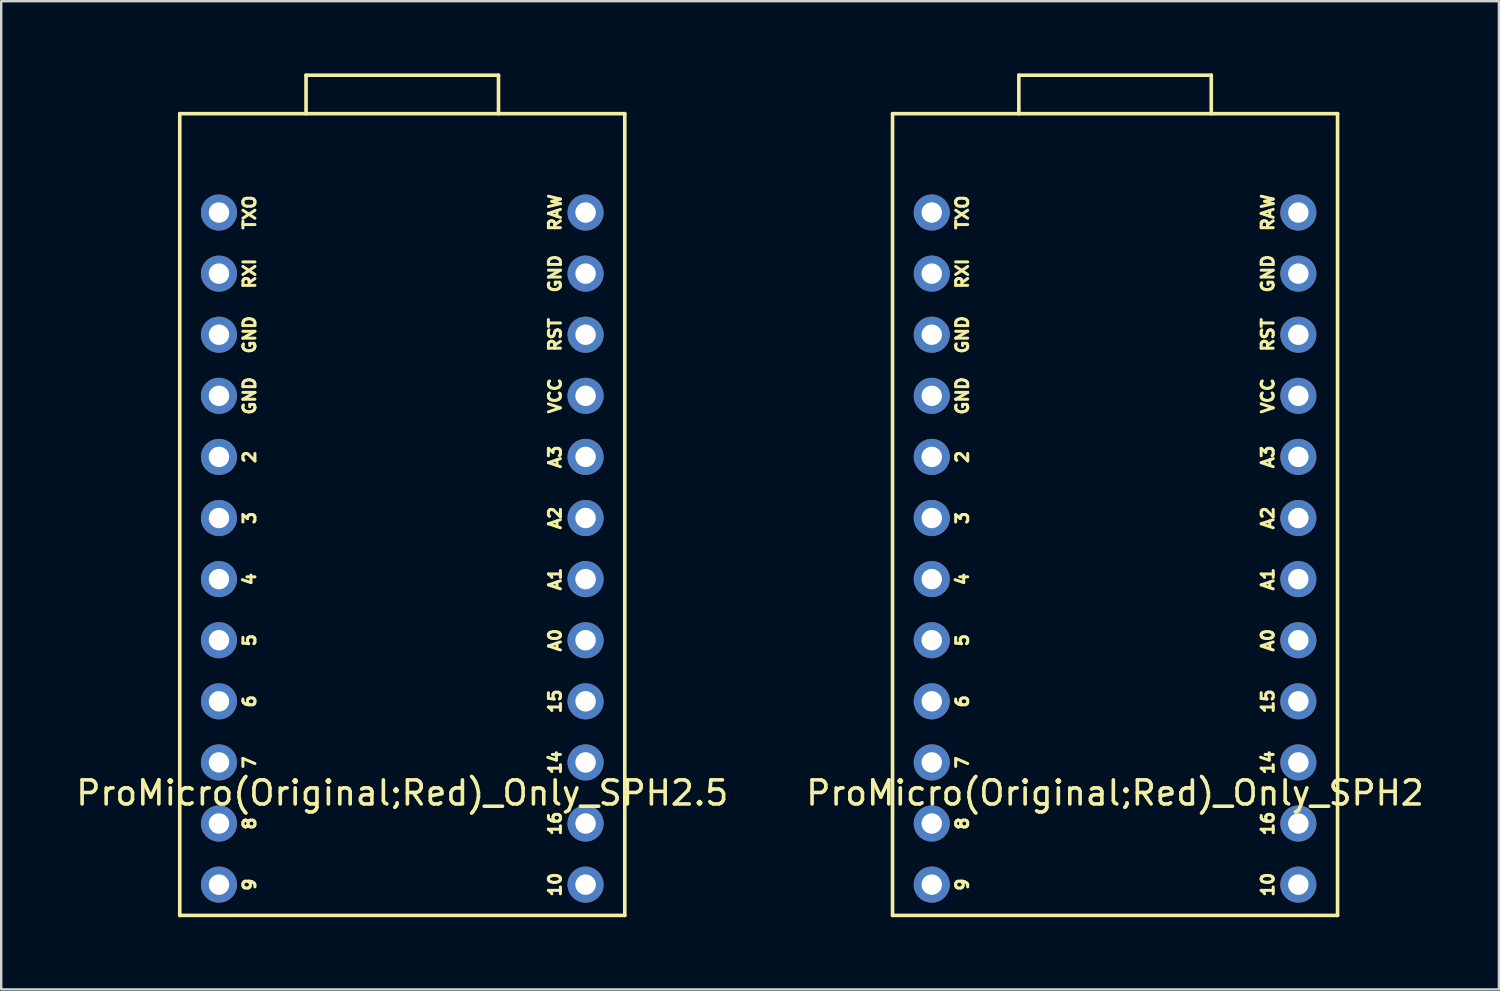
<source format=kicad_pcb>
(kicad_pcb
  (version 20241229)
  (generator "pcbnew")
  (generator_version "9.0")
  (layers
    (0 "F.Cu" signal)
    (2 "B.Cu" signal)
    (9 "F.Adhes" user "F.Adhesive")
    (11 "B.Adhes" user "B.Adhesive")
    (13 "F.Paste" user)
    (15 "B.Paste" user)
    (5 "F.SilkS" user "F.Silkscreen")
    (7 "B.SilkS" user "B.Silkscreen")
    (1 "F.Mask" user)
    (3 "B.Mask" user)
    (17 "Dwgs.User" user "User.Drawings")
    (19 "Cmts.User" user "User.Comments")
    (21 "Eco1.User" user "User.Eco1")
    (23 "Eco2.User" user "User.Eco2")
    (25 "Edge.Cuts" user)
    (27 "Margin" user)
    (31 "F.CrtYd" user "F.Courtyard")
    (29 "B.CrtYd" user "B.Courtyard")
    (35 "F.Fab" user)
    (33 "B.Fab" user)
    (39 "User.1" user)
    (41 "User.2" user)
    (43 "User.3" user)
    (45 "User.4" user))
  (footprint "ProMicro(Original;Red)_Only_SPH2"
    (layer "F.Cu")
    (at 35.684 5.785)
    (property "Reference" "ProMicro(Original;Red)_Only_SPH2" (at 7.62 24.13 0) (layer "F.SilkS") (effects (font (size 1 1) (thickness 0.15))))
    (attr through_hole)
    (fp_line (start -1.63 -4.11) (end -1.63 29.22) (stroke (width 0.15) (type solid)) (layer "F.SilkS"))
    (fp_line (start -1.63 29.22) (end 16.87 29.22) (stroke (width 0.15) (type solid)) (layer "F.SilkS"))
    (fp_line (start 3.62 -5.71) (end 11.62 -5.71) (stroke (width 0.15) (type solid)) (layer "F.SilkS"))
    (fp_line (start 3.62 -4.11) (end 3.62 -5.71) (stroke (width 0.15) (type solid)) (layer "F.SilkS"))
    (fp_line (start 11.62 -5.71) (end 11.62 -4.11) (stroke (width 0.15) (type solid)) (layer "F.SilkS"))
    (fp_line (start 16.87 -4.11) (end -1.63 -4.11) (stroke (width 0.15) (type solid)) (layer "F.SilkS"))
    (fp_line (start 16.87 29.22) (end 16.87 -4.11) (stroke (width 0.15) (type solid)) (layer "F.SilkS"))
    (fp_text user "2" (at 1.27 10.16 90) (layer "F.SilkS") (effects (font (size 0.5 0.5) (thickness 0.125))))
    (fp_text user "A3" (at 13.97 10.16 90) (layer "F.SilkS") (effects (font (size 0.5 0.5) (thickness 0.125))))
    (fp_text user "TXO" (at 1.27 0 90) (layer "F.SilkS") (effects (font (size 0.5 0.5) (thickness 0.125))))
    (fp_text user "9" (at 1.27 27.94 90) (layer "F.SilkS") (effects (font (size 0.5 0.5) (thickness 0.125))))
    (fp_text user "4" (at 1.27 15.24 90) (layer "F.SilkS") (effects (font (size 0.5 0.5) (thickness 0.125))))
    (fp_text user "A0" (at 13.97 17.78 90) (layer "F.SilkS") (effects (font (size 0.5 0.5) (thickness 0.125))))
    (fp_text user "VCC" (at 13.97 7.62 90) (layer "F.SilkS") (effects (font (size 0.5 0.5) (thickness 0.125))))
    (fp_text user "8" (at 1.27 25.4 90) (layer "F.SilkS") (effects (font (size 0.5 0.5) (thickness 0.125))))
    (fp_text user "14" (at 13.97 22.86 90) (layer "F.SilkS") (effects (font (size 0.5 0.5) (thickness 0.125))))
    (fp_text user "GND" (at 1.27 5.08 90) (layer "F.SilkS") (effects (font (size 0.5 0.5) (thickness 0.125))))
    (fp_text user "10" (at 13.97 27.94 90) (layer "F.SilkS") (effects (font (size 0.5 0.5) (thickness 0.125))))
    (fp_text user "A2" (at 13.97 12.7 90) (layer "F.SilkS") (effects (font (size 0.5 0.5) (thickness 0.125))))
    (fp_text user "6" (at 1.27 20.32 90) (layer "F.SilkS") (effects (font (size 0.5 0.5) (thickness 0.125))))
    (fp_text user "GND" (at 13.97 2.54 90) (layer "F.SilkS") (effects (font (size 0.5 0.5) (thickness 0.125))))
    (fp_text user "GND" (at 1.27 7.62 90) (layer "F.SilkS") (effects (font (size 0.5 0.5) (thickness 0.125))))
    (fp_text user "16" (at 13.97 25.4 90) (layer "F.SilkS") (effects (font (size 0.5 0.5) (thickness 0.125))))
    (fp_text user "15" (at 13.97 20.32 90) (layer "F.SilkS") (effects (font (size 0.5 0.5) (thickness 0.125))))
    (fp_text user "3" (at 1.27 12.7 90) (layer "F.SilkS") (effects (font (size 0.5 0.5) (thickness 0.125))))
    (fp_text user "A1" (at 13.97 15.24 90) (layer "F.SilkS") (effects (font (size 0.5 0.5) (thickness 0.125))))
    (fp_text user "RXI" (at 1.27 2.54 90) (layer "F.SilkS") (effects (font (size 0.5 0.5) (thickness 0.125))))
    (fp_text user "RAW" (at 13.97 0 90) (layer "F.SilkS") (effects (font (size 0.5 0.5) (thickness 0.125))))
    (fp_text user "5" (at 1.27 17.78 90) (layer "F.SilkS") (effects (font (size 0.5 0.5) (thickness 0.125))))
    (fp_text user "RST" (at 13.97 5.08 90) (layer "F.SilkS") (effects (font (size 0.5 0.5) (thickness 0.125))))
    (fp_text user "7" (at 1.27 22.86 90) (layer "F.SilkS") (effects (font (size 0.5 0.5) (thickness 0.125))))
    (pad "2" thru_hole circle (at 0 10.16) (size 1.5 1.5) (drill 0.85) (layers "*.Cu" "*.Mask"))
    (pad "3" thru_hole circle (at 0 12.7) (size 1.5 1.5) (drill 0.85) (layers "*.Cu" "*.Mask"))
    (pad "4" thru_hole circle (at 0 15.24) (size 1.5 1.5) (drill 0.85) (layers "*.Cu" "*.Mask"))
    (pad "5" thru_hole circle (at 0 17.78) (size 1.5 1.5) (drill 0.85) (layers "*.Cu" "*.Mask"))
    (pad "6" thru_hole circle (at 0 20.32) (size 1.5 1.5) (drill 0.85) (layers "*.Cu" "*.Mask"))
    (pad "7" thru_hole circle (at 0 22.86) (size 1.5 1.5) (drill 0.85) (layers "*.Cu" "*.Mask"))
    (pad "8" thru_hole circle (at 0 25.4) (size 1.5 1.5) (drill 0.85) (layers "*.Cu" "*.Mask"))
    (pad "9" thru_hole circle (at 0 27.94) (size 1.5 1.5) (drill 0.85) (layers "*.Cu" "*.Mask"))
    (pad "10" thru_hole circle (at 15.24 27.94) (size 1.5 1.5) (drill 0.85) (layers "*.Cu" "*.Mask"))
    (pad "14" thru_hole circle (at 15.24 22.86) (size 1.5 1.5) (drill 0.85) (layers "*.Cu" "*.Mask"))
    (pad "15" thru_hole circle (at 15.24 20.32) (size 1.5 1.5) (drill 0.85) (layers "*.Cu" "*.Mask"))
    (pad "16" thru_hole circle (at 15.24 25.4) (size 1.5 1.5) (drill 0.85) (layers "*.Cu" "*.Mask"))
    (pad "A0" thru_hole circle (at 15.24 17.78) (size 1.5 1.5) (drill 0.85) (layers "*.Cu" "*.Mask"))
    (pad "A1" thru_hole circle (at 15.24 15.24) (size 1.5 1.5) (drill 0.85) (layers "*.Cu" "*.Mask"))
    (pad "A2" thru_hole circle (at 15.24 12.7) (size 1.5 1.5) (drill 0.85) (layers "*.Cu" "*.Mask"))
    (pad "A3" thru_hole circle (at 15.24 10.16) (size 1.5 1.5) (drill 0.85) (layers "*.Cu" "*.Mask"))
    (pad "GND0" thru_hole circle (at 15.24 2.54) (size 1.5 1.5) (drill 0.85) (layers "*.Cu" "*.Mask"))
    (pad "GND1" thru_hole circle (at 0 5.08) (size 1.5 1.5) (drill 0.85) (layers "*.Cu" "*.Mask"))
    (pad "GND2" thru_hole circle (at 0 7.62) (size 1.5 1.5) (drill 0.85) (layers "*.Cu" "*.Mask"))
    (pad "RAW" thru_hole circle (at 15.24 0) (size 1.5 1.5) (drill 0.85) (layers "*.Cu" "*.Mask"))
    (pad "RST" thru_hole circle (at 15.24 5.08) (size 1.5 1.5) (drill 0.85) (layers "*.Cu" "*.Mask"))
    (pad "RXI" thru_hole circle (at 0 2.54) (size 1.5 1.5) (drill 0.85) (layers "*.Cu" "*.Mask"))
    (pad "TXO" thru_hole circle (at 0 0 90) (size 1.5 1.5) (drill 0.85) (layers "*.Cu" "*.Mask"))
    (pad "VCC" thru_hole circle (at 15.24 7.62) (size 1.5 1.5) (drill 0.85) (layers "*.Cu" "*.Mask")))
  (footprint "ProMicro(Original;Red)_Only_SPH2.5"
    (layer "F.Cu")
    (at 6.053 5.785)
    (property "Reference" "ProMicro(Original;Red)_Only_SPH2.5" (at 7.62 24.13 0) (layer "F.SilkS") (effects (font (size 1 1) (thickness 0.15))))
    (attr through_hole)
    (fp_line (start -1.63 -4.11) (end -1.63 29.22) (stroke (width 0.15) (type solid)) (layer "F.SilkS"))
    (fp_line (start -1.63 29.22) (end 16.87 29.22) (stroke (width 0.15) (type solid)) (layer "F.SilkS"))
    (fp_line (start 3.62 -5.71) (end 11.62 -5.71) (stroke (width 0.15) (type solid)) (layer "F.SilkS"))
    (fp_line (start 3.62 -4.11) (end 3.62 -5.71) (stroke (width 0.15) (type solid)) (layer "F.SilkS"))
    (fp_line (start 11.62 -5.71) (end 11.62 -4.11) (stroke (width 0.15) (type solid)) (layer "F.SilkS"))
    (fp_line (start 16.87 -4.11) (end -1.63 -4.11) (stroke (width 0.15) (type solid)) (layer "F.SilkS"))
    (fp_line (start 16.87 29.22) (end 16.87 -4.11) (stroke (width 0.15) (type solid)) (layer "F.SilkS"))
    (fp_text user "5" (at 1.27 17.78 90) (layer "F.SilkS") (effects (font (size 0.5 0.5) (thickness 0.125))))
    (fp_text user "15" (at 13.97 20.32 90) (layer "F.SilkS") (effects (font (size 0.5 0.5) (thickness 0.125))))
    (fp_text user "TXO" (at 1.27 0 90) (layer "F.SilkS") (effects (font (size 0.5 0.5) (thickness 0.125))))
    (fp_text user "GND" (at 1.27 5.08 90) (layer "F.SilkS") (effects (font (size 0.5 0.5) (thickness 0.125))))
    (fp_text user "9" (at 1.27 27.94 90) (layer "F.SilkS") (effects (font (size 0.5 0.5) (thickness 0.125))))
    (fp_text user "RST" (at 13.97 5.08 90) (layer "F.SilkS") (effects (font (size 0.5 0.5) (thickness 0.125))))
    (fp_text user "7" (at 1.27 22.86 90) (layer "F.SilkS") (effects (font (size 0.5 0.5) (thickness 0.125))))
    (fp_text user "RXI" (at 1.27 2.54 90) (layer "F.SilkS") (effects (font (size 0.5 0.5) (thickness 0.125))))
    (fp_text user "GND" (at 13.97 2.54 90) (layer "F.SilkS") (effects (font (size 0.5 0.5) (thickness 0.125))))
    (fp_text user "RAW" (at 13.97 0 90) (layer "F.SilkS") (effects (font (size 0.5 0.5) (thickness 0.125))))
    (fp_text user "16" (at 13.97 25.4 90) (layer "F.SilkS") (effects (font (size 0.5 0.5) (thickness 0.125))))
    (fp_text user "A0" (at 13.97 17.78 90) (layer "F.SilkS") (effects (font (size 0.5 0.5) (thickness 0.125))))
    (fp_text user "VCC" (at 13.97 7.62 90) (layer "F.SilkS") (effects (font (size 0.5 0.5) (thickness 0.125))))
    (fp_text user "6" (at 1.27 20.32 90) (layer "F.SilkS") (effects (font (size 0.5 0.5) (thickness 0.125))))
    (fp_text user "14" (at 13.97 22.86 90) (layer "F.SilkS") (effects (font (size 0.5 0.5) (thickness 0.125))))
    (fp_text user "2" (at 1.27 10.16 90) (layer "F.SilkS") (effects (font (size 0.5 0.5) (thickness 0.125))))
    (fp_text user "A3" (at 13.97 10.16 90) (layer "F.SilkS") (effects (font (size 0.5 0.5) (thickness 0.125))))
    (fp_text user "10" (at 13.97 27.94 90) (layer "F.SilkS") (effects (font (size 0.5 0.5) (thickness 0.125))))
    (fp_text user "GND" (at 1.27 7.62 90) (layer "F.SilkS") (effects (font (size 0.5 0.5) (thickness 0.125))))
    (fp_text user "A1" (at 13.97 15.24 90) (layer "F.SilkS") (effects (font (size 0.5 0.5) (thickness 0.125))))
    (fp_text user "3" (at 1.27 12.7 90) (layer "F.SilkS") (effects (font (size 0.5 0.5) (thickness 0.125))))
    (fp_text user "8" (at 1.27 25.4 90) (layer "F.SilkS") (effects (font (size 0.5 0.5) (thickness 0.125))))
    (fp_text user "4" (at 1.27 15.24 90) (layer "F.SilkS") (effects (font (size 0.5 0.5) (thickness 0.125))))
    (fp_text user "A2" (at 13.97 12.7 90) (layer "F.SilkS") (effects (font (size 0.5 0.5) (thickness 0.125))))
    (pad "2" thru_hole circle (at 0 10.16) (size 1.5 1.5) (drill 0.85) (layers "*.Cu" "*.Mask"))
    (pad "3" thru_hole circle (at 0 12.7) (size 1.5 1.5) (drill 0.85) (layers "*.Cu" "*.Mask"))
    (pad "4" thru_hole circle (at 0 15.24) (size 1.5 1.5) (drill 0.85) (layers "*.Cu" "*.Mask"))
    (pad "5" thru_hole circle (at 0 17.78) (size 1.5 1.5) (drill 0.85) (layers "*.Cu" "*.Mask"))
    (pad "6" thru_hole circle (at 0 20.32) (size 1.5 1.5) (drill 0.85) (layers "*.Cu" "*.Mask"))
    (pad "7" thru_hole circle (at 0 22.86) (size 1.5 1.5) (drill 0.85) (layers "*.Cu" "*.Mask"))
    (pad "8" thru_hole circle (at 0 25.4) (size 1.5 1.5) (drill 0.85) (layers "*.Cu" "*.Mask"))
    (pad "9" thru_hole circle (at 0 27.94) (size 1.5 1.5) (drill 0.85) (layers "*.Cu" "*.Mask"))
    (pad "10" thru_hole circle (at 15.24 27.94) (size 1.5 1.5) (drill 0.85) (layers "*.Cu" "*.Mask"))
    (pad "14" thru_hole circle (at 15.24 22.86) (size 1.5 1.5) (drill 0.85) (layers "*.Cu" "*.Mask"))
    (pad "15" thru_hole circle (at 15.24 20.32) (size 1.5 1.5) (drill 0.85) (layers "*.Cu" "*.Mask"))
    (pad "16" thru_hole circle (at 15.24 25.4) (size 1.5 1.5) (drill 0.85) (layers "*.Cu" "*.Mask"))
    (pad "A0" thru_hole circle (at 15.24 17.78) (size 1.5 1.5) (drill 0.85) (layers "*.Cu" "*.Mask"))
    (pad "A1" thru_hole circle (at 15.24 15.24) (size 1.5 1.5) (drill 0.85) (layers "*.Cu" "*.Mask"))
    (pad "A2" thru_hole circle (at 15.24 12.7) (size 1.5 1.5) (drill 0.85) (layers "*.Cu" "*.Mask"))
    (pad "A3" thru_hole circle (at 15.24 10.16) (size 1.5 1.5) (drill 0.85) (layers "*.Cu" "*.Mask"))
    (pad "GND0" thru_hole circle (at 15.24 2.54) (size 1.5 1.5) (drill 0.85) (layers "*.Cu" "*.Mask"))
    (pad "GND1" thru_hole circle (at 0 5.08) (size 1.5 1.5) (drill 0.85) (layers "*.Cu" "*.Mask"))
    (pad "GND2" thru_hole circle (at 0 7.62) (size 1.5 1.5) (drill 0.85) (layers "*.Cu" "*.Mask"))
    (pad "RAW" thru_hole circle (at 15.24 0) (size 1.5 1.5) (drill 0.85) (layers "*.Cu" "*.Mask"))
    (pad "RST" thru_hole circle (at 15.24 5.08) (size 1.5 1.5) (drill 0.85) (layers "*.Cu" "*.Mask"))
    (pad "RXI" thru_hole circle (at 0 2.54) (size 1.5 1.5) (drill 0.85) (layers "*.Cu" "*.Mask"))
    (pad "TXO" thru_hole circle (at 0 0 90) (size 1.5 1.5) (drill 0.85) (layers "*.Cu" "*.Mask"))
    (pad "VCC" thru_hole circle (at 15.24 7.62) (size 1.5 1.5) (drill 0.85) (layers "*.Cu" "*.Mask")))
  (gr_rect
    (start -3 -3)
    (end 59.262 38.08)
    (stroke (width 0.1) (type default))
    (fill no)
    (layer "Edge.Cuts")))
</source>
